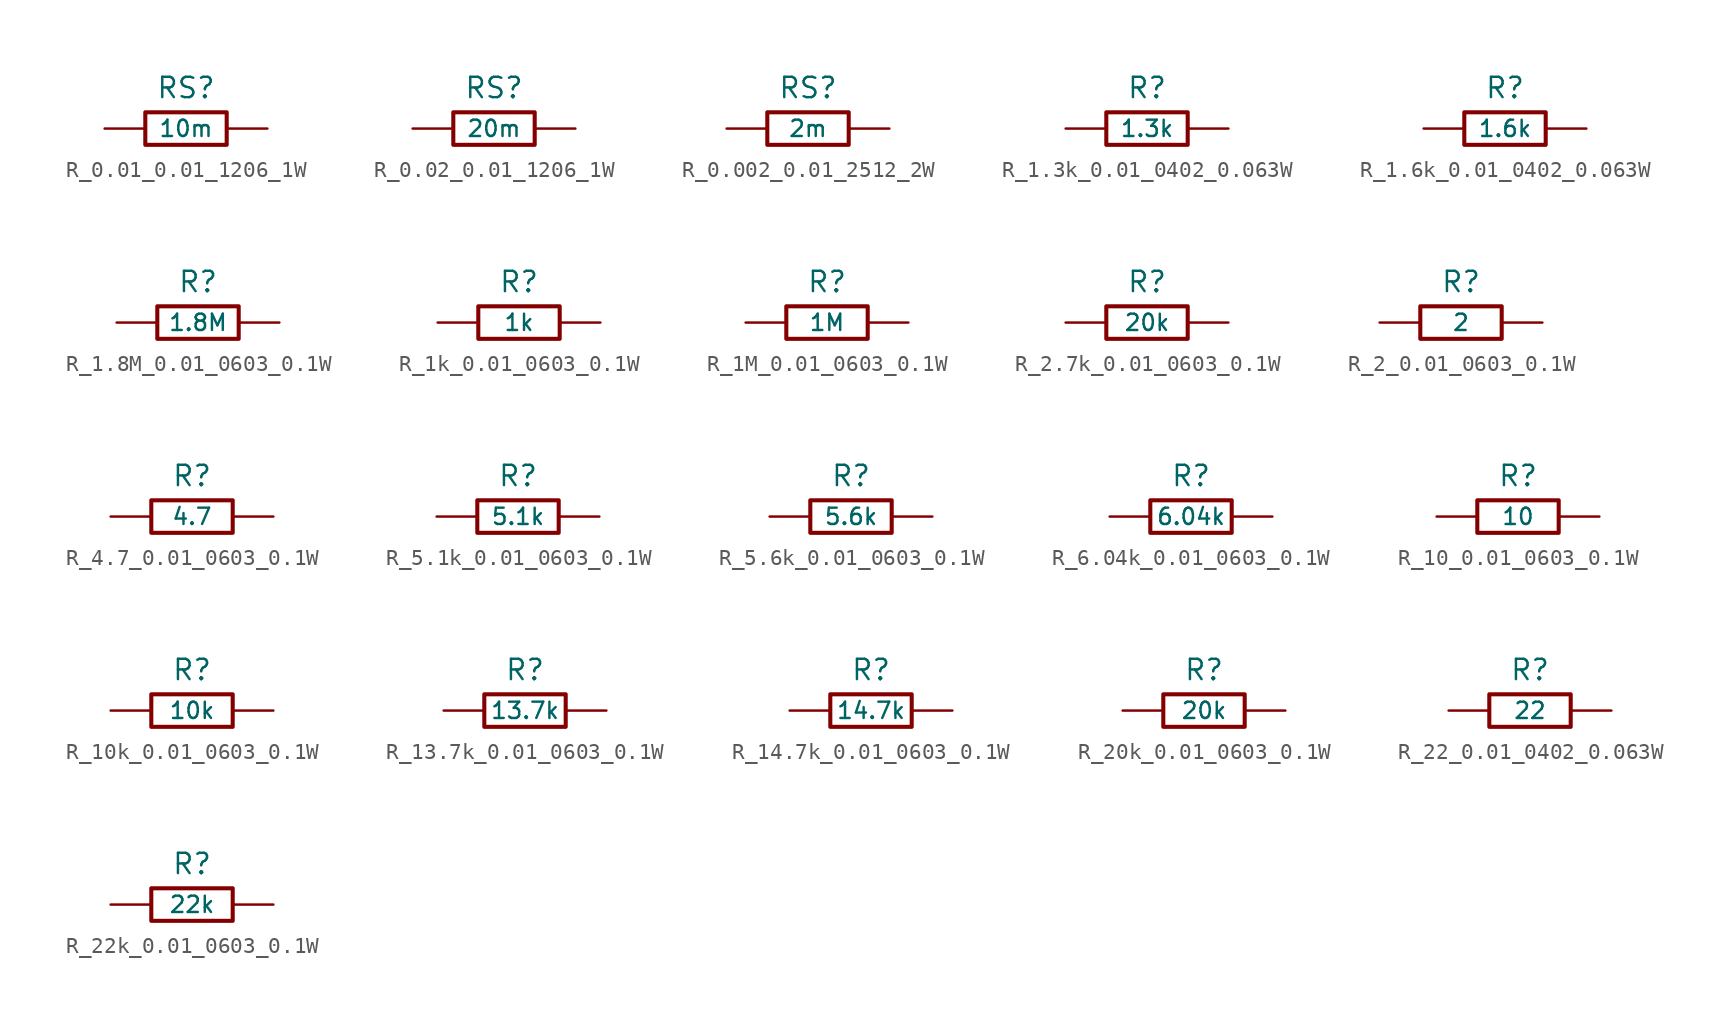
<source format=kicad_sym>
(kicad_symbol_lib
  (version 20241209)
  (generator "kicad_symbol_editor")
  (generator_version "9.0")
  (symbol "R_0.01_0.01_1206_1W"
    (pin_numbers
      (hide yes))
    (pin_names
      (offset 0))
    (property "Reference" "RS"
      (at 0 2.54 0)
      (effects (font (size 1.27 1.27))))
    (property "Value" "10m"
      (at 0 0 0)
      (effects (font (size 1.016 1.016))))
    (symbol "R_0.01_0.01_1206_1W_0_1"
      (rectangle (start -2.54 -1.016) (end 2.54 1.016) (stroke (width 0.254) (type default)) (fill (type none))))
    (symbol "R_0.01_0.01_1206_1W_1_1"
      (pin passive line (at -5.08 0 0) (length 2.54) (name "~" (effects (font (size 1.27 1.27)))) (number "1" (effects (font (size 1.27 1.27)))))
      (pin passive line (at 5.08 0 180) (length 2.54) (name "~" (effects (font (size 1.27 1.27)))) (number "2" (effects (font (size 1.27 1.27)))))))
  (symbol "R_0.02_0.01_1206_1W"
    (pin_numbers
      (hide yes))
    (pin_names
      (offset 0))
    (property "Reference" "RS"
      (at 0 2.54 0)
      (effects (font (size 1.27 1.27))))
    (property "Value" "20m"
      (at 0 0 0)
      (effects (font (size 1.016 1.016))))
    (symbol "R_0.02_0.01_1206_1W_0_1"
      (rectangle (start -2.54 -1.016) (end 2.54 1.016) (stroke (width 0.254) (type default)) (fill (type none))))
    (symbol "R_0.02_0.01_1206_1W_1_1"
      (pin passive line (at -5.08 0 0) (length 2.54) (name "~" (effects (font (size 1.27 1.27)))) (number "1" (effects (font (size 1.27 1.27)))))
      (pin passive line (at 5.08 0 180) (length 2.54) (name "~" (effects (font (size 1.27 1.27)))) (number "2" (effects (font (size 1.27 1.27)))))))
  (symbol "R_0.002_0.01_2512_2W"
    (pin_numbers
      (hide yes))
    (pin_names
      (offset 0))
    (property "Reference" "RS"
      (at 0 2.54 0)
      (effects (font (size 1.27 1.27))))
    (property "Value" "2m"
      (at 0 0 0)
      (effects (font (size 1.016 1.016))))
    (symbol "R_0.002_0.01_2512_2W_0_1"
      (rectangle (start -2.54 -1.016) (end 2.54 1.016) (stroke (width 0.254) (type default)) (fill (type none))))
    (symbol "R_0.002_0.01_2512_2W_1_1"
      (pin passive line (at -5.08 0 0) (length 2.54) (name "~" (effects (font (size 1.27 1.27)))) (number "1" (effects (font (size 1.27 1.27)))))
      (pin passive line (at 5.08 0 180) (length 2.54) (name "~" (effects (font (size 1.27 1.27)))) (number "2" (effects (font (size 1.27 1.27)))))))
  (symbol "R_1.3k_0.01_0402_0.063W"
    (pin_numbers
      (hide yes))
    (pin_names
      (offset 0))
    (property "Reference" "R"
      (at 0 2.54 0)
      (effects (font (size 1.27 1.27))))
    (property "Value" "1.3k"
      (at 0 0 0)
      (effects (font (size 1.016 1.016))))
    (symbol "R_1.3k_0.01_0402_0.063W_0_1"
      (rectangle (start -2.54 -1.016) (end 2.54 1.016) (stroke (width 0.254) (type default)) (fill (type none))))
    (symbol "R_1.3k_0.01_0402_0.063W_1_1"
      (pin passive line (at -5.08 0 0) (length 2.54) (name "~" (effects (font (size 1.27 1.27)))) (number "1" (effects (font (size 1.27 1.27)))))
      (pin passive line (at 5.08 0 180) (length 2.54) (name "~" (effects (font (size 1.27 1.27)))) (number "2" (effects (font (size 1.27 1.27)))))))
  (symbol "R_1.6k_0.01_0402_0.063W"
    (pin_numbers
      (hide yes))
    (pin_names
      (offset 0))
    (property "Reference" "R"
      (at 0 2.54 0)
      (effects (font (size 1.27 1.27))))
    (property "Value" "1.6k"
      (at 0 0 0)
      (effects (font (size 1.016 1.016))))
    (symbol "R_1.6k_0.01_0402_0.063W_0_1"
      (rectangle (start -2.54 -1.016) (end 2.54 1.016) (stroke (width 0.254) (type default)) (fill (type none))))
    (symbol "R_1.6k_0.01_0402_0.063W_1_1"
      (pin passive line (at -5.08 0 0) (length 2.54) (name "~" (effects (font (size 1.27 1.27)))) (number "1" (effects (font (size 1.27 1.27)))))
      (pin passive line (at 5.08 0 180) (length 2.54) (name "~" (effects (font (size 1.27 1.27)))) (number "2" (effects (font (size 1.27 1.27)))))))
  (symbol "R_1.8M_0.01_0603_0.1W"
    (pin_numbers
      (hide yes))
    (pin_names
      (offset 0))
    (property "Reference" "R"
      (at 0 2.54 0)
      (effects (font (size 1.27 1.27))))
    (property "Value" "1.8M"
      (at 0 0 0)
      (effects (font (size 1.016 1.016))))
    (symbol "R_1.8M_0.01_0603_0.1W_0_1"
      (rectangle (start -2.54 -1.016) (end 2.54 1.016) (stroke (width 0.254) (type default)) (fill (type none))))
    (symbol "R_1.8M_0.01_0603_0.1W_1_1"
      (pin passive line (at -5.08 0 0) (length 2.54) (name "~" (effects (font (size 1.27 1.27)))) (number "1" (effects (font (size 1.27 1.27)))))
      (pin passive line (at 5.08 0 180) (length 2.54) (name "~" (effects (font (size 1.27 1.27)))) (number "2" (effects (font (size 1.27 1.27)))))))
  (symbol "R_1k_0.01_0603_0.1W"
    (pin_numbers
      (hide yes))
    (pin_names
      (offset 0))
    (property "Reference" "R"
      (at 0 2.54 0)
      (effects (font (size 1.27 1.27))))
    (property "Value" "1k"
      (at 0 0 0)
      (effects (font (size 1.016 1.016))))
    (symbol "R_1k_0.01_0603_0.1W_0_1"
      (rectangle (start -2.54 -1.016) (end 2.54 1.016) (stroke (width 0.254) (type default)) (fill (type none))))
    (symbol "R_1k_0.01_0603_0.1W_1_1"
      (pin passive line (at -5.08 0 0) (length 2.54) (name "~" (effects (font (size 1.27 1.27)))) (number "1" (effects (font (size 1.27 1.27)))))
      (pin passive line (at 5.08 0 180) (length 2.54) (name "~" (effects (font (size 1.27 1.27)))) (number "2" (effects (font (size 1.27 1.27)))))))
  (symbol "R_1M_0.01_0603_0.1W"
    (pin_numbers
      (hide yes))
    (pin_names
      (offset 0))
    (property "Reference" "R"
      (at 0 2.54 0)
      (effects (font (size 1.27 1.27))))
    (property "Value" "1M"
      (at 0 0 0)
      (effects (font (size 1.016 1.016))))
    (symbol "R_1M_0.01_0603_0.1W_0_1"
      (rectangle (start -2.54 -1.016) (end 2.54 1.016) (stroke (width 0.254) (type default)) (fill (type none))))
    (symbol "R_1M_0.01_0603_0.1W_1_1"
      (pin passive line (at -5.08 0 0) (length 2.54) (name "~" (effects (font (size 1.27 1.27)))) (number "1" (effects (font (size 1.27 1.27)))))
      (pin passive line (at 5.08 0 180) (length 2.54) (name "~" (effects (font (size 1.27 1.27)))) (number "2" (effects (font (size 1.27 1.27)))))))
  (symbol "R_2.7k_0.01_0603_0.1W"
    (pin_numbers
      (hide yes))
    (pin_names
      (offset 0))
    (property "Reference" "R"
      (at 0 2.54 0)
      (effects (font (size 1.27 1.27))))
    (property "Value" "20k"
      (at 0 0 0)
      (effects (font (size 1.016 1.016))))
    (symbol "R_2.7k_0.01_0603_0.1W_0_1"
      (rectangle (start -2.54 -1.016) (end 2.54 1.016) (stroke (width 0.254) (type default)) (fill (type none))))
    (symbol "R_2.7k_0.01_0603_0.1W_1_1"
      (pin passive line (at -5.08 0 0) (length 2.54) (name "~" (effects (font (size 1.27 1.27)))) (number "1" (effects (font (size 1.27 1.27)))))
      (pin passive line (at 5.08 0 180) (length 2.54) (name "~" (effects (font (size 1.27 1.27)))) (number "2" (effects (font (size 1.27 1.27)))))))
  (symbol "R_2_0.01_0603_0.1W"
    (pin_numbers
      (hide yes))
    (pin_names
      (offset 0))
    (property "Reference" "R"
      (at 0 2.54 0)
      (effects (font (size 1.27 1.27))))
    (property "Value" "2"
      (at 0 0 0)
      (effects (font (size 1.016 1.016))))
    (symbol "R_2_0.01_0603_0.1W_0_1"
      (rectangle (start -2.54 -1.016) (end 2.54 1.016) (stroke (width 0.254) (type default)) (fill (type none))))
    (symbol "R_2_0.01_0603_0.1W_1_1"
      (pin passive line (at -5.08 0 0) (length 2.54) (name "~" (effects (font (size 1.27 1.27)))) (number "1" (effects (font (size 1.27 1.27)))))
      (pin passive line (at 5.08 0 180) (length 2.54) (name "~" (effects (font (size 1.27 1.27)))) (number "2" (effects (font (size 1.27 1.27)))))))
  (symbol "R_4.7_0.01_0603_0.1W"
    (pin_numbers
      (hide yes))
    (pin_names
      (offset 0))
    (property "Reference" "R"
      (at 0 2.54 0)
      (effects (font (size 1.27 1.27))))
    (property "Value" "4.7"
      (at 0 0 0)
      (effects (font (size 1.016 1.016))))
    (symbol "R_4.7_0.01_0603_0.1W_0_1"
      (rectangle (start -2.54 -1.016) (end 2.54 1.016) (stroke (width 0.254) (type default)) (fill (type none))))
    (symbol "R_4.7_0.01_0603_0.1W_1_1"
      (pin passive line (at -5.08 0 0) (length 2.54) (name "~" (effects (font (size 1.27 1.27)))) (number "1" (effects (font (size 1.27 1.27)))))
      (pin passive line (at 5.08 0 180) (length 2.54) (name "~" (effects (font (size 1.27 1.27)))) (number "2" (effects (font (size 1.27 1.27)))))))
  (symbol "R_5.1k_0.01_0603_0.1W"
    (pin_numbers
      (hide yes))
    (pin_names
      (offset 0))
    (property "Reference" "R"
      (at 0 2.54 0)
      (effects (font (size 1.27 1.27))))
    (property "Value" "5.1k"
      (at 0 0 0)
      (effects (font (size 1.016 1.016))))
    (symbol "R_5.1k_0.01_0603_0.1W_0_1"
      (rectangle (start -2.54 -1.016) (end 2.54 1.016) (stroke (width 0.254) (type default)) (fill (type none))))
    (symbol "R_5.1k_0.01_0603_0.1W_1_1"
      (pin passive line (at -5.08 0 0) (length 2.54) (name "~" (effects (font (size 1.27 1.27)))) (number "1" (effects (font (size 1.27 1.27)))))
      (pin passive line (at 5.08 0 180) (length 2.54) (name "~" (effects (font (size 1.27 1.27)))) (number "2" (effects (font (size 1.27 1.27)))))))
  (symbol "R_5.6k_0.01_0603_0.1W"
    (pin_numbers
      (hide yes))
    (pin_names
      (offset 0))
    (property "Reference" "R"
      (at 0 2.54 0)
      (effects (font (size 1.27 1.27))))
    (property "Value" "5.6k"
      (at 0 0 0)
      (effects (font (size 1.016 1.016))))
    (symbol "R_5.6k_0.01_0603_0.1W_0_1"
      (rectangle (start -2.54 -1.016) (end 2.54 1.016) (stroke (width 0.254) (type default)) (fill (type none))))
    (symbol "R_5.6k_0.01_0603_0.1W_1_1"
      (pin passive line (at -5.08 0 0) (length 2.54) (name "~" (effects (font (size 1.27 1.27)))) (number "1" (effects (font (size 1.27 1.27)))))
      (pin passive line (at 5.08 0 180) (length 2.54) (name "~" (effects (font (size 1.27 1.27)))) (number "2" (effects (font (size 1.27 1.27)))))))
  (symbol "R_6.04k_0.01_0603_0.1W"
    (pin_numbers
      (hide yes))
    (pin_names
      (offset 0))
    (property "Reference" "R"
      (at 0 2.54 0)
      (effects (font (size 1.27 1.27))))
    (property "Value" "6.04k"
      (at 0 0 0)
      (effects (font (size 1.016 1.016))))
    (symbol "R_6.04k_0.01_0603_0.1W_0_1"
      (rectangle (start -2.54 -1.016) (end 2.54 1.016) (stroke (width 0.254) (type default)) (fill (type none))))
    (symbol "R_6.04k_0.01_0603_0.1W_1_1"
      (pin passive line (at -5.08 0 0) (length 2.54) (name "~" (effects (font (size 1.27 1.27)))) (number "1" (effects (font (size 1.27 1.27)))))
      (pin passive line (at 5.08 0 180) (length 2.54) (name "~" (effects (font (size 1.27 1.27)))) (number "2" (effects (font (size 1.27 1.27)))))))
  (symbol "R_10_0.01_0603_0.1W"
    (pin_numbers
      (hide yes))
    (pin_names
      (offset 0))
    (property "Reference" "R"
      (at 0 2.54 0)
      (effects (font (size 1.27 1.27))))
    (property "Value" "10"
      (at 0 0 0)
      (effects (font (size 1.016 1.016))))
    (symbol "R_10_0.01_0603_0.1W_0_1"
      (rectangle (start -2.54 -1.016) (end 2.54 1.016) (stroke (width 0.254) (type default)) (fill (type none))))
    (symbol "R_10_0.01_0603_0.1W_1_1"
      (pin passive line (at -5.08 0 0) (length 2.54) (name "~" (effects (font (size 1.27 1.27)))) (number "1" (effects (font (size 1.27 1.27)))))
      (pin passive line (at 5.08 0 180) (length 2.54) (name "~" (effects (font (size 1.27 1.27)))) (number "2" (effects (font (size 1.27 1.27)))))))
  (symbol "R_10k_0.01_0603_0.1W"
    (pin_numbers
      (hide yes))
    (pin_names
      (offset 0))
    (property "Reference" "R"
      (at 0 2.54 0)
      (effects (font (size 1.27 1.27))))
    (property "Value" "10k"
      (at 0 0 0)
      (effects (font (size 1.016 1.016))))
    (symbol "R_10k_0.01_0603_0.1W_0_1"
      (rectangle (start -2.54 -1.016) (end 2.54 1.016) (stroke (width 0.254) (type default)) (fill (type none))))
    (symbol "R_10k_0.01_0603_0.1W_1_1"
      (pin passive line (at -5.08 0 0) (length 2.54) (name "~" (effects (font (size 1.27 1.27)))) (number "1" (effects (font (size 1.27 1.27)))))
      (pin passive line (at 5.08 0 180) (length 2.54) (name "~" (effects (font (size 1.27 1.27)))) (number "2" (effects (font (size 1.27 1.27)))))))
  (symbol "R_13.7k_0.01_0603_0.1W"
    (pin_numbers
      (hide yes))
    (pin_names
      (offset 0))
    (property "Reference" "R"
      (at 0 2.54 0)
      (effects (font (size 1.27 1.27))))
    (property "Value" "13.7k"
      (at 0 0 0)
      (effects (font (size 1.016 1.016))))
    (symbol "R_13.7k_0.01_0603_0.1W_0_1"
      (rectangle (start -2.54 -1.016) (end 2.54 1.016) (stroke (width 0.254) (type default)) (fill (type none))))
    (symbol "R_13.7k_0.01_0603_0.1W_1_1"
      (pin passive line (at -5.08 0 0) (length 2.54) (name "~" (effects (font (size 1.27 1.27)))) (number "1" (effects (font (size 1.27 1.27)))))
      (pin passive line (at 5.08 0 180) (length 2.54) (name "~" (effects (font (size 1.27 1.27)))) (number "2" (effects (font (size 1.27 1.27)))))))
  (symbol "R_14.7k_0.01_0603_0.1W"
    (pin_numbers
      (hide yes))
    (pin_names
      (offset 0))
    (property "Reference" "R"
      (at 0 2.54 0)
      (effects (font (size 1.27 1.27))))
    (property "Value" "14.7k"
      (at 0 0 0)
      (effects (font (size 1.016 1.016))))
    (symbol "R_14.7k_0.01_0603_0.1W_0_1"
      (rectangle (start -2.54 -1.016) (end 2.54 1.016) (stroke (width 0.254) (type default)) (fill (type none))))
    (symbol "R_14.7k_0.01_0603_0.1W_1_1"
      (pin passive line (at -5.08 0 0) (length 2.54) (name "~" (effects (font (size 1.27 1.27)))) (number "1" (effects (font (size 1.27 1.27)))))
      (pin passive line (at 5.08 0 180) (length 2.54) (name "~" (effects (font (size 1.27 1.27)))) (number "2" (effects (font (size 1.27 1.27)))))))
  (symbol "R_20k_0.01_0603_0.1W"
    (pin_numbers
      (hide yes))
    (pin_names
      (offset 0))
    (property "Reference" "R"
      (at 0 2.54 0)
      (effects (font (size 1.27 1.27))))
    (property "Value" "20k"
      (at 0 0 0)
      (effects (font (size 1.016 1.016))))
    (symbol "R_20k_0.01_0603_0.1W_0_1"
      (rectangle (start -2.54 -1.016) (end 2.54 1.016) (stroke (width 0.254) (type default)) (fill (type none))))
    (symbol "R_20k_0.01_0603_0.1W_1_1"
      (pin passive line (at -5.08 0 0) (length 2.54) (name "~" (effects (font (size 1.27 1.27)))) (number "1" (effects (font (size 1.27 1.27)))))
      (pin passive line (at 5.08 0 180) (length 2.54) (name "~" (effects (font (size 1.27 1.27)))) (number "2" (effects (font (size 1.27 1.27)))))))
  (symbol "R_22_0.01_0402_0.063W"
    (pin_numbers
      (hide yes))
    (pin_names
      (offset 0))
    (property "Reference" "R"
      (at 0 2.54 0)
      (effects (font (size 1.27 1.27))))
    (property "Value" "22"
      (at 0 0 0)
      (effects (font (size 1.016 1.016))))
    (symbol "R_22_0.01_0402_0.063W_0_1"
      (rectangle (start -2.54 -1.016) (end 2.54 1.016) (stroke (width 0.254) (type default)) (fill (type none))))
    (symbol "R_22_0.01_0402_0.063W_1_1"
      (pin passive line (at -5.08 0 0) (length 2.54) (name "~" (effects (font (size 1.27 1.27)))) (number "1" (effects (font (size 1.27 1.27)))))
      (pin passive line (at 5.08 0 180) (length 2.54) (name "~" (effects (font (size 1.27 1.27)))) (number "2" (effects (font (size 1.27 1.27)))))))
  (symbol "R_22k_0.01_0603_0.1W"
    (pin_numbers
      (hide yes))
    (pin_names
      (offset 0))
    (property "Reference" "R"
      (at 0 2.54 0)
      (effects (font (size 1.27 1.27))))
    (property "Value" "22k"
      (at 0 0 0)
      (effects (font (size 1.016 1.016))))
    (symbol "R_22k_0.01_0603_0.1W_0_1"
      (rectangle (start -2.54 -1.016) (end 2.54 1.016) (stroke (width 0.254) (type default)) (fill (type none))))
    (symbol "R_22k_0.01_0603_0.1W_1_1"
      (pin passive line (at -5.08 0 0) (length 2.54) (name "~" (effects (font (size 1.27 1.27)))) (number "1" (effects (font (size 1.27 1.27)))))
      (pin passive line (at 5.08 0 180) (length 2.54) (name "~" (effects (font (size 1.27 1.27)))) (number "2" (effects (font (size 1.27 1.27))))))))
</source>
